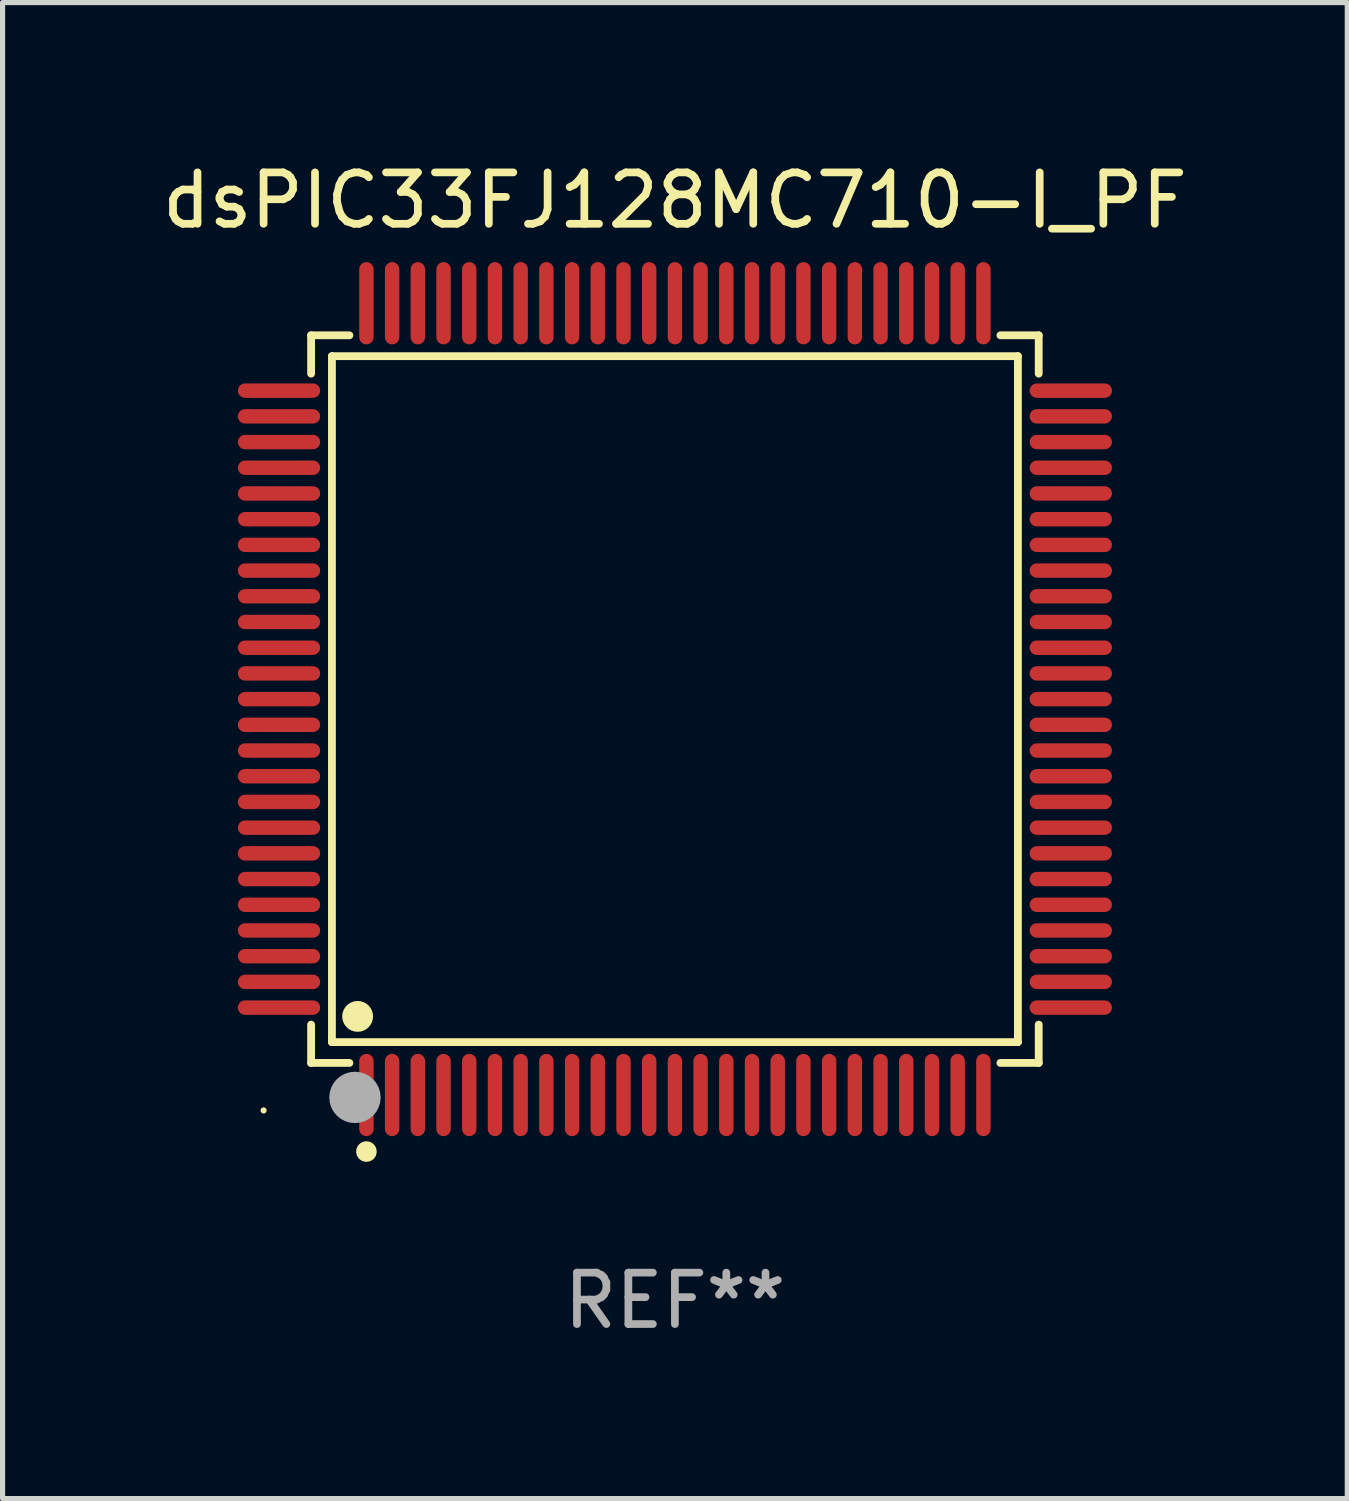
<source format=kicad_pcb>
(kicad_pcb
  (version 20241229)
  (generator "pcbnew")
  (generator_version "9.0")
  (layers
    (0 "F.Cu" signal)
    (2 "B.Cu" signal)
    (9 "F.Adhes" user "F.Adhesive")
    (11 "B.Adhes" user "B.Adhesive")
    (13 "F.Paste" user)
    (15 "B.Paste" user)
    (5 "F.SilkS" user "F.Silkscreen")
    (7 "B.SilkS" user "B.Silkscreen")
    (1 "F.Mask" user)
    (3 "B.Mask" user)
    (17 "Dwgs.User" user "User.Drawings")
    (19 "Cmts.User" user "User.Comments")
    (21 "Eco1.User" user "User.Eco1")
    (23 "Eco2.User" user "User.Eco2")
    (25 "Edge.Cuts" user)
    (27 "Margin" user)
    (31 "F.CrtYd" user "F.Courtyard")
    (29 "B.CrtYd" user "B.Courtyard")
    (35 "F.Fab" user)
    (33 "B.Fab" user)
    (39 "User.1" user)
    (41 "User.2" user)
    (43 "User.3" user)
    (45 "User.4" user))
  (footprint "dsPIC33FJ128MC710-I_PF"
    (layer "F.Cu")
    (at 10.077 10.548)
    (property "Reference" "dsPIC33FJ128MC710-I_PF" (at 0 -9.7 0) (layer "F.SilkS") (effects (font (size 1 1) (thickness 0.15))))
    (attr through_hole)
    (fp_line (start -7.076 -7.076) (end -6.331 -7.076) (stroke (width 0.152) (type solid)) (layer "F.SilkS"))
    (fp_line (start -7.076 -6.331) (end -7.076 -7.076) (stroke (width 0.152) (type solid)) (layer "F.SilkS"))
    (fp_line (start -7.076 6.331) (end -7.076 7.076) (stroke (width 0.152) (type solid)) (layer "F.SilkS"))
    (fp_line (start -7.076 7.076) (end -6.331 7.076) (stroke (width 0.152) (type solid)) (layer "F.SilkS"))
    (fp_line (start -6.671 -6.671) (end 6.671 -6.671) (stroke (width 0.152) (type solid)) (layer "F.SilkS"))
    (fp_line (start -6.671 6.671) (end -6.671 -6.671) (stroke (width 0.152) (type solid)) (layer "F.SilkS"))
    (fp_line (start 6.671 -6.671) (end 6.671 6.671) (stroke (width 0.152) (type solid)) (layer "F.SilkS"))
    (fp_line (start 6.671 6.671) (end -6.671 6.671) (stroke (width 0.152) (type solid)) (layer "F.SilkS"))
    (fp_line (start 7.076 -7.076) (end 6.331 -7.076) (stroke (width 0.152) (type solid)) (layer "F.SilkS"))
    (fp_line (start 7.076 -6.331) (end 7.076 -7.076) (stroke (width 0.152) (type solid)) (layer "F.SilkS"))
    (fp_line (start 7.076 6.331) (end 7.076 7.076) (stroke (width 0.152) (type solid)) (layer "F.SilkS"))
    (fp_line (start 7.076 7.076) (end 6.331 7.076) (stroke (width 0.152) (type solid)) (layer "F.SilkS"))
    (fp_circle (center -8 8) (end -7.97 8) (stroke (width 0.06) (type solid)) (fill no) (layer "F.SilkS"))
    (fp_circle (center -6.171 6.171) (end -6.021 6.171) (stroke (width 0.3) (type solid)) (fill no) (layer "F.SilkS"))
    (fp_circle (center -6 8.8) (end -5.9 8.8) (stroke (width 0.2) (type solid)) (fill no) (layer "F.SilkS"))
    (fp_circle (center -6.223 7.747) (end -5.973 7.747) (stroke (width 0.5) (type solid)) (fill no) (layer "F.Fab"))
    (fp_text user "REF**" (at 0 11.7 0) (layer "F.Fab") (effects (font (size 1 1) (thickness 0.15))))
    (pad "1" smd oval (at -6 7.7) (size 0.28 1.6) (layers "F.Cu" "F.Mask" "F.Paste"))
    (pad "2" smd oval (at -5.5 7.7) (size 0.28 1.6) (layers "F.Cu" "F.Mask" "F.Paste"))
    (pad "3" smd oval (at -5 7.7) (size 0.28 1.6) (layers "F.Cu" "F.Mask" "F.Paste"))
    (pad "4" smd oval (at -4.5 7.7) (size 0.28 1.6) (layers "F.Cu" "F.Mask" "F.Paste"))
    (pad "5" smd oval (at -4 7.7) (size 0.28 1.6) (layers "F.Cu" "F.Mask" "F.Paste"))
    (pad "6" smd oval (at -3.5 7.7) (size 0.28 1.6) (layers "F.Cu" "F.Mask" "F.Paste"))
    (pad "7" smd oval (at -3 7.7) (size 0.28 1.6) (layers "F.Cu" "F.Mask" "F.Paste"))
    (pad "8" smd oval (at -2.5 7.7) (size 0.28 1.6) (layers "F.Cu" "F.Mask" "F.Paste"))
    (pad "9" smd oval (at -2 7.7) (size 0.28 1.6) (layers "F.Cu" "F.Mask" "F.Paste"))
    (pad "10" smd oval (at -1.5 7.7) (size 0.28 1.6) (layers "F.Cu" "F.Mask" "F.Paste"))
    (pad "11" smd oval (at -1 7.7) (size 0.28 1.6) (layers "F.Cu" "F.Mask" "F.Paste"))
    (pad "12" smd oval (at -0.5 7.7) (size 0.28 1.6) (layers "F.Cu" "F.Mask" "F.Paste"))
    (pad "13" smd oval (at 0 7.7) (size 0.28 1.6) (layers "F.Cu" "F.Mask" "F.Paste"))
    (pad "14" smd oval (at 0.5 7.7) (size 0.28 1.6) (layers "F.Cu" "F.Mask" "F.Paste"))
    (pad "15" smd oval (at 1 7.7) (size 0.28 1.6) (layers "F.Cu" "F.Mask" "F.Paste"))
    (pad "16" smd oval (at 1.5 7.7) (size 0.28 1.6) (layers "F.Cu" "F.Mask" "F.Paste"))
    (pad "17" smd oval (at 2 7.7) (size 0.28 1.6) (layers "F.Cu" "F.Mask" "F.Paste"))
    (pad "18" smd oval (at 2.5 7.7) (size 0.28 1.6) (layers "F.Cu" "F.Mask" "F.Paste"))
    (pad "19" smd oval (at 3 7.7) (size 0.28 1.6) (layers "F.Cu" "F.Mask" "F.Paste"))
    (pad "20" smd oval (at 3.5 7.7) (size 0.28 1.6) (layers "F.Cu" "F.Mask" "F.Paste"))
    (pad "21" smd oval (at 4 7.7) (size 0.28 1.6) (layers "F.Cu" "F.Mask" "F.Paste"))
    (pad "22" smd oval (at 4.5 7.7) (size 0.28 1.6) (layers "F.Cu" "F.Mask" "F.Paste"))
    (pad "23" smd oval (at 5 7.7) (size 0.28 1.6) (layers "F.Cu" "F.Mask" "F.Paste"))
    (pad "24" smd oval (at 5.5 7.7) (size 0.28 1.6) (layers "F.Cu" "F.Mask" "F.Paste"))
    (pad "25" smd oval (at 6 7.7) (size 0.28 1.6) (layers "F.Cu" "F.Mask" "F.Paste"))
    (pad "26" smd oval (at 7.7 6) (size 1.6 0.28) (layers "F.Cu" "F.Mask" "F.Paste"))
    (pad "27" smd oval (at 7.7 5.5) (size 1.6 0.28) (layers "F.Cu" "F.Mask" "F.Paste"))
    (pad "28" smd oval (at 7.7 5) (size 1.6 0.28) (layers "F.Cu" "F.Mask" "F.Paste"))
    (pad "29" smd oval (at 7.7 4.5) (size 1.6 0.28) (layers "F.Cu" "F.Mask" "F.Paste"))
    (pad "30" smd oval (at 7.7 4) (size 1.6 0.28) (layers "F.Cu" "F.Mask" "F.Paste"))
    (pad "31" smd oval (at 7.7 3.5) (size 1.6 0.28) (layers "F.Cu" "F.Mask" "F.Paste"))
    (pad "32" smd oval (at 7.7 3) (size 1.6 0.28) (layers "F.Cu" "F.Mask" "F.Paste"))
    (pad "33" smd oval (at 7.7 2.5) (size 1.6 0.28) (layers "F.Cu" "F.Mask" "F.Paste"))
    (pad "34" smd oval (at 7.7 2) (size 1.6 0.28) (layers "F.Cu" "F.Mask" "F.Paste"))
    (pad "35" smd oval (at 7.7 1.5) (size 1.6 0.28) (layers "F.Cu" "F.Mask" "F.Paste"))
    (pad "36" smd oval (at 7.7 1) (size 1.6 0.28) (layers "F.Cu" "F.Mask" "F.Paste"))
    (pad "37" smd oval (at 7.7 0.5) (size 1.6 0.28) (layers "F.Cu" "F.Mask" "F.Paste"))
    (pad "38" smd oval (at 7.7 0) (size 1.6 0.28) (layers "F.Cu" "F.Mask" "F.Paste"))
    (pad "39" smd oval (at 7.7 -0.5) (size 1.6 0.28) (layers "F.Cu" "F.Mask" "F.Paste"))
    (pad "40" smd oval (at 7.7 -1) (size 1.6 0.28) (layers "F.Cu" "F.Mask" "F.Paste"))
    (pad "41" smd oval (at 7.7 -1.5) (size 1.6 0.28) (layers "F.Cu" "F.Mask" "F.Paste"))
    (pad "42" smd oval (at 7.7 -2) (size 1.6 0.28) (layers "F.Cu" "F.Mask" "F.Paste"))
    (pad "43" smd oval (at 7.7 -2.5) (size 1.6 0.28) (layers "F.Cu" "F.Mask" "F.Paste"))
    (pad "44" smd oval (at 7.7 -3) (size 1.6 0.28) (layers "F.Cu" "F.Mask" "F.Paste"))
    (pad "45" smd oval (at 7.7 -3.5) (size 1.6 0.28) (layers "F.Cu" "F.Mask" "F.Paste"))
    (pad "46" smd oval (at 7.7 -4) (size 1.6 0.28) (layers "F.Cu" "F.Mask" "F.Paste"))
    (pad "47" smd oval (at 7.7 -4.5) (size 1.6 0.28) (layers "F.Cu" "F.Mask" "F.Paste"))
    (pad "48" smd oval (at 7.7 -5) (size 1.6 0.28) (layers "F.Cu" "F.Mask" "F.Paste"))
    (pad "49" smd oval (at 7.7 -5.5) (size 1.6 0.28) (layers "F.Cu" "F.Mask" "F.Paste"))
    (pad "50" smd oval (at 7.7 -6) (size 1.6 0.28) (layers "F.Cu" "F.Mask" "F.Paste"))
    (pad "51" smd oval (at 6 -7.7) (size 0.28 1.6) (layers "F.Cu" "F.Mask" "F.Paste"))
    (pad "52" smd oval (at 5.5 -7.7) (size 0.28 1.6) (layers "F.Cu" "F.Mask" "F.Paste"))
    (pad "53" smd oval (at 5 -7.7) (size 0.28 1.6) (layers "F.Cu" "F.Mask" "F.Paste"))
    (pad "54" smd oval (at 4.5 -7.7) (size 0.28 1.6) (layers "F.Cu" "F.Mask" "F.Paste"))
    (pad "55" smd oval (at 4 -7.7) (size 0.28 1.6) (layers "F.Cu" "F.Mask" "F.Paste"))
    (pad "56" smd oval (at 3.5 -7.7) (size 0.28 1.6) (layers "F.Cu" "F.Mask" "F.Paste"))
    (pad "57" smd oval (at 3 -7.7) (size 0.28 1.6) (layers "F.Cu" "F.Mask" "F.Paste"))
    (pad "58" smd oval (at 2.5 -7.7) (size 0.28 1.6) (layers "F.Cu" "F.Mask" "F.Paste"))
    (pad "59" smd oval (at 2 -7.7) (size 0.28 1.6) (layers "F.Cu" "F.Mask" "F.Paste"))
    (pad "60" smd oval (at 1.5 -7.7) (size 0.28 1.6) (layers "F.Cu" "F.Mask" "F.Paste"))
    (pad "61" smd oval (at 1 -7.7) (size 0.28 1.6) (layers "F.Cu" "F.Mask" "F.Paste"))
    (pad "62" smd oval (at 0.5 -7.7) (size 0.28 1.6) (layers "F.Cu" "F.Mask" "F.Paste"))
    (pad "63" smd oval (at 0 -7.7) (size 0.28 1.6) (layers "F.Cu" "F.Mask" "F.Paste"))
    (pad "64" smd oval (at -0.5 -7.7) (size 0.28 1.6) (layers "F.Cu" "F.Mask" "F.Paste"))
    (pad "65" smd oval (at -1 -7.7) (size 0.28 1.6) (layers "F.Cu" "F.Mask" "F.Paste"))
    (pad "66" smd oval (at -1.5 -7.7) (size 0.28 1.6) (layers "F.Cu" "F.Mask" "F.Paste"))
    (pad "67" smd oval (at -2 -7.7) (size 0.28 1.6) (layers "F.Cu" "F.Mask" "F.Paste"))
    (pad "68" smd oval (at -2.5 -7.7) (size 0.28 1.6) (layers "F.Cu" "F.Mask" "F.Paste"))
    (pad "69" smd oval (at -3 -7.7) (size 0.28 1.6) (layers "F.Cu" "F.Mask" "F.Paste"))
    (pad "70" smd oval (at -3.5 -7.7) (size 0.28 1.6) (layers "F.Cu" "F.Mask" "F.Paste"))
    (pad "71" smd oval (at -4 -7.7) (size 0.28 1.6) (layers "F.Cu" "F.Mask" "F.Paste"))
    (pad "72" smd oval (at -4.5 -7.7) (size 0.28 1.6) (layers "F.Cu" "F.Mask" "F.Paste"))
    (pad "73" smd oval (at -5 -7.7) (size 0.28 1.6) (layers "F.Cu" "F.Mask" "F.Paste"))
    (pad "74" smd oval (at -5.5 -7.7) (size 0.28 1.6) (layers "F.Cu" "F.Mask" "F.Paste"))
    (pad "75" smd oval (at -6 -7.7) (size 0.28 1.6) (layers "F.Cu" "F.Mask" "F.Paste"))
    (pad "76" smd oval (at -7.7 -6) (size 1.6 0.28) (layers "F.Cu" "F.Mask" "F.Paste"))
    (pad "77" smd oval (at -7.7 -5.5) (size 1.6 0.28) (layers "F.Cu" "F.Mask" "F.Paste"))
    (pad "78" smd oval (at -7.7 -5) (size 1.6 0.28) (layers "F.Cu" "F.Mask" "F.Paste"))
    (pad "79" smd oval (at -7.7 -4.5) (size 1.6 0.28) (layers "F.Cu" "F.Mask" "F.Paste"))
    (pad "80" smd oval (at -7.7 -4) (size 1.6 0.28) (layers "F.Cu" "F.Mask" "F.Paste"))
    (pad "81" smd oval (at -7.7 -3.5) (size 1.6 0.28) (layers "F.Cu" "F.Mask" "F.Paste"))
    (pad "82" smd oval (at -7.7 -3) (size 1.6 0.28) (layers "F.Cu" "F.Mask" "F.Paste"))
    (pad "83" smd oval (at -7.7 -2.5) (size 1.6 0.28) (layers "F.Cu" "F.Mask" "F.Paste"))
    (pad "84" smd oval (at -7.7 -2) (size 1.6 0.28) (layers "F.Cu" "F.Mask" "F.Paste"))
    (pad "85" smd oval (at -7.7 -1.5) (size 1.6 0.28) (layers "F.Cu" "F.Mask" "F.Paste"))
    (pad "86" smd oval (at -7.7 -1) (size 1.6 0.28) (layers "F.Cu" "F.Mask" "F.Paste"))
    (pad "87" smd oval (at -7.7 -0.5) (size 1.6 0.28) (layers "F.Cu" "F.Mask" "F.Paste"))
    (pad "88" smd oval (at -7.7 0) (size 1.6 0.28) (layers "F.Cu" "F.Mask" "F.Paste"))
    (pad "89" smd oval (at -7.7 0.5) (size 1.6 0.28) (layers "F.Cu" "F.Mask" "F.Paste"))
    (pad "90" smd oval (at -7.7 1) (size 1.6 0.28) (layers "F.Cu" "F.Mask" "F.Paste"))
    (pad "91" smd oval (at -7.7 1.5) (size 1.6 0.28) (layers "F.Cu" "F.Mask" "F.Paste"))
    (pad "92" smd oval (at -7.7 2) (size 1.6 0.28) (layers "F.Cu" "F.Mask" "F.Paste"))
    (pad "93" smd oval (at -7.7 2.5) (size 1.6 0.28) (layers "F.Cu" "F.Mask" "F.Paste"))
    (pad "94" smd oval (at -7.7 3) (size 1.6 0.28) (layers "F.Cu" "F.Mask" "F.Paste"))
    (pad "95" smd oval (at -7.7 3.5) (size 1.6 0.28) (layers "F.Cu" "F.Mask" "F.Paste"))
    (pad "96" smd oval (at -7.7 4) (size 1.6 0.28) (layers "F.Cu" "F.Mask" "F.Paste"))
    (pad "97" smd oval (at -7.7 4.5) (size 1.6 0.28) (layers "F.Cu" "F.Mask" "F.Paste"))
    (pad "98" smd oval (at -7.7 5) (size 1.6 0.28) (layers "F.Cu" "F.Mask" "F.Paste"))
    (pad "99" smd oval (at -7.7 5.5) (size 1.6 0.28) (layers "F.Cu" "F.Mask" "F.Paste"))
    (pad "100" smd oval (at -7.7 6) (size 1.6 0.28) (layers "F.Cu" "F.Mask" "F.Paste")))
  (gr_rect
    (start -3 -3)
    (end 23.155 26.097)
    (stroke (width 0.1) (type default))
    (fill no)
    (layer "Edge.Cuts")))
</source>
